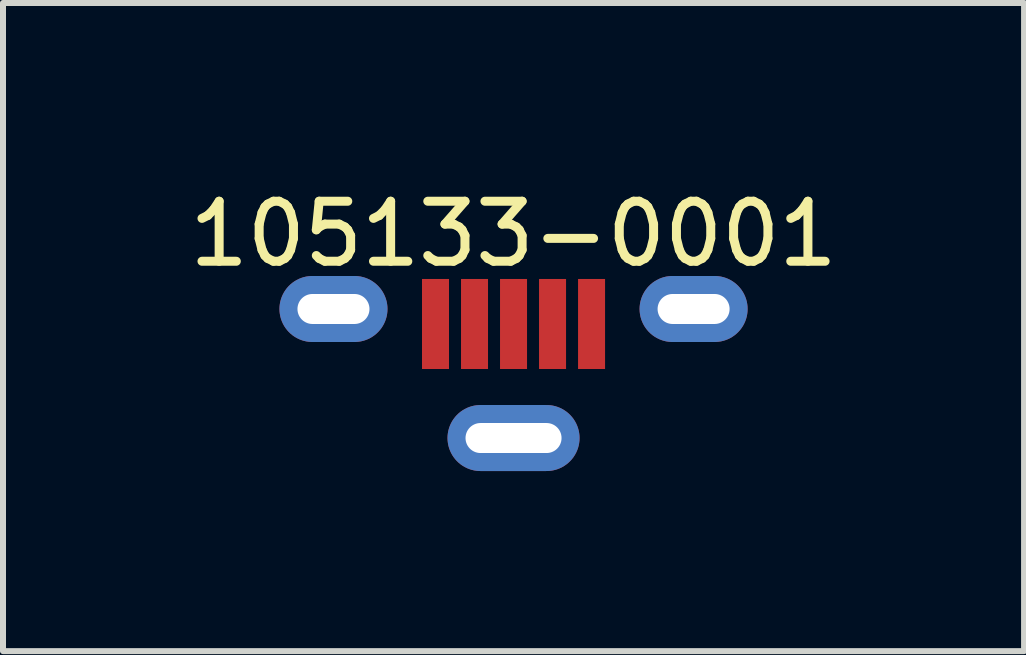
<source format=kicad_pcb>
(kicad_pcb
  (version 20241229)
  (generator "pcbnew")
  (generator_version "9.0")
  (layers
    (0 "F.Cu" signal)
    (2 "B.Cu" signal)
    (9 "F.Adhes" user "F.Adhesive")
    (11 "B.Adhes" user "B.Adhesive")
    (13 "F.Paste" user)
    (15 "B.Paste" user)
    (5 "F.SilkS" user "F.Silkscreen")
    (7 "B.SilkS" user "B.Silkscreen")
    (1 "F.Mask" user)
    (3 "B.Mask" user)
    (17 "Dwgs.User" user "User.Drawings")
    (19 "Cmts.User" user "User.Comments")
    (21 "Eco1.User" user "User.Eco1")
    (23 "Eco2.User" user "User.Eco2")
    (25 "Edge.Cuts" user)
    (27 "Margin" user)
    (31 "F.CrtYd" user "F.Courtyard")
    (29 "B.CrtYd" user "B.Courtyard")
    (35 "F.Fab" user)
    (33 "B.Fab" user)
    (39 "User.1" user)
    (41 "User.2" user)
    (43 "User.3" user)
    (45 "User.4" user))
  (footprint "105133-0001"
    (layer "F.Cu")
    (at 5.506 2.348)
    (property "Reference" "105133-0001" (at 0 -1.5 0) (layer "F.SilkS") (effects (font (size 1 1) (thickness 0.15))))
    (attr through_hole)
    (pad "1" smd rect (at -1.3 0) (size 0.45 1.5) (layers "F.Cu" "F.Mask" "F.Paste"))
    (pad "2" smd rect (at -0.65 0) (size 0.45 1.5) (layers "F.Cu" "F.Mask" "F.Paste"))
    (pad "3" smd rect (at 0 0) (size 0.45 1.5) (layers "F.Cu" "F.Mask" "F.Paste"))
    (pad "4" smd rect (at 0.65 0) (size 0.45 1.5) (layers "F.Cu" "F.Mask" "F.Paste"))
    (pad "5" smd rect (at 1.3 0) (size 0.45 1.5) (layers "F.Cu" "F.Mask" "F.Paste"))
    (pad "6" thru_hole oval (at -3 -0.25) (size 1.8 1.1) (drill oval 1.2 0.5) (layers "*.Cu" "*.Mask"))
    (pad "6" thru_hole oval (at 0 1.9) (size 2.2 1.1) (drill oval 1.6 0.5) (layers "*.Cu" "*.Mask"))
    (pad "6" thru_hole oval (at 3 -0.25) (size 1.8 1.1) (drill oval 1.2 0.5) (layers "*.Cu" "*.Mask")))
  (gr_rect
    (start -3 -3)
    (end 14.012 7.798)
    (stroke (width 0.1) (type default))
    (fill no)
    (layer "Edge.Cuts")))
</source>
